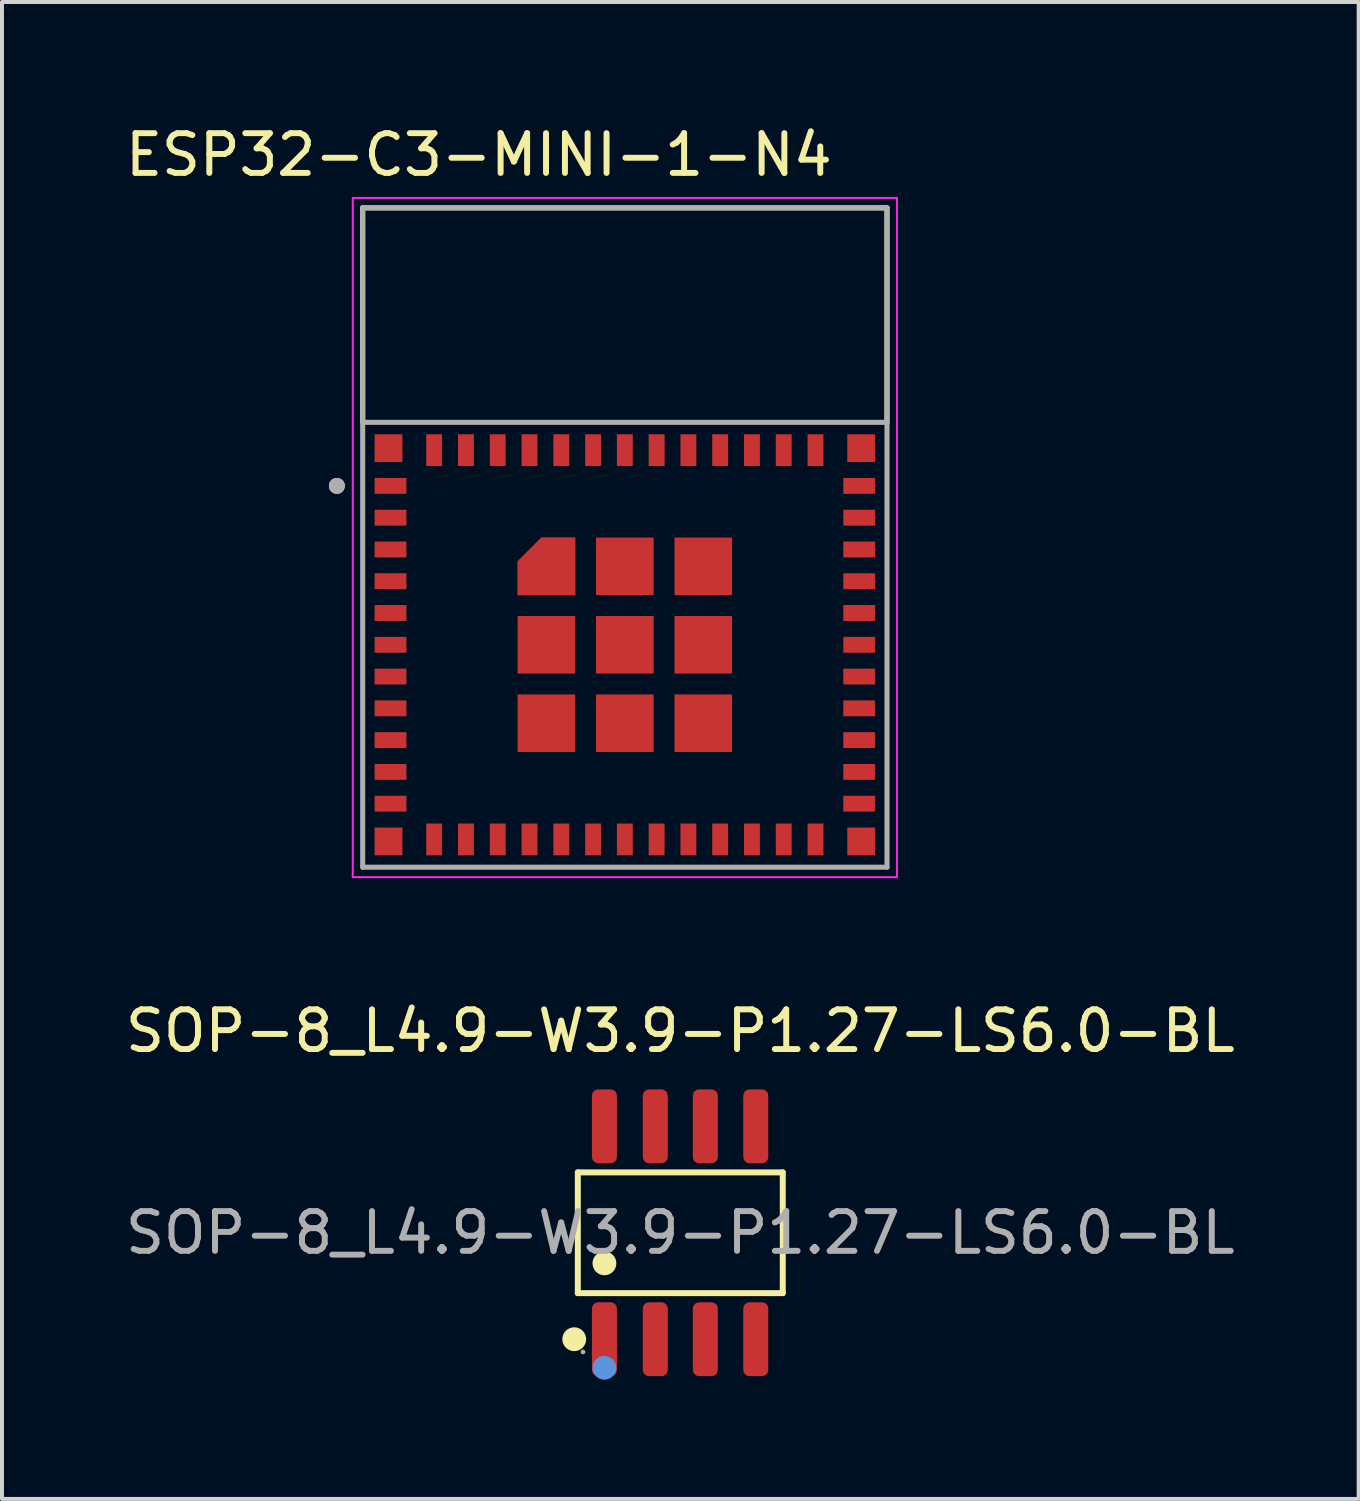
<source format=kicad_pcb>
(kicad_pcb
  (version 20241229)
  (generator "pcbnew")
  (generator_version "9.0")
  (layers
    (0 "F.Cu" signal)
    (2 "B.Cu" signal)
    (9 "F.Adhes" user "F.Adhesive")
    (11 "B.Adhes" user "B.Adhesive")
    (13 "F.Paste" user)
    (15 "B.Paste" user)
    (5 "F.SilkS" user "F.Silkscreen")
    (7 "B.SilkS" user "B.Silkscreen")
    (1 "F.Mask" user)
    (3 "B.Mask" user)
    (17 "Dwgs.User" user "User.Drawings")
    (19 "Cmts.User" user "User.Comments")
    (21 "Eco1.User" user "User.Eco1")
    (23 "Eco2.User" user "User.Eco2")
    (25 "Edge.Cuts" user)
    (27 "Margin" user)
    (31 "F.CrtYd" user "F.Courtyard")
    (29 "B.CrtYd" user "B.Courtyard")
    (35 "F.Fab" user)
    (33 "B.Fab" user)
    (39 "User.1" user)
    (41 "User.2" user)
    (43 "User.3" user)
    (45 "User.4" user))
  (footprint "SOP-8_L4.9-W3.9-P1.27-LS6.0-BL"
    (layer "F.Cu")
    (at 14.077 27.986)
    (property "Reference" "SOP-8_L4.9-W3.9-P1.27-LS6.0-BL" (at 0 -5.08 0) (layer "F.SilkS") (effects (font (size 1 1) (thickness 0.15))))
    (attr smd)
    (fp_line (start -2.58 -1.52) (end 2.58 -1.52) (stroke (width 0.15) (type solid)) (layer "F.SilkS"))
    (fp_line (start -2.58 1.52) (end -2.58 -1.52) (stroke (width 0.15) (type solid)) (layer "F.SilkS"))
    (fp_line (start 2.58 -1.52) (end 2.58 1.52) (stroke (width 0.15) (type solid)) (layer "F.SilkS"))
    (fp_line (start 2.58 1.52) (end -2.58 1.52) (stroke (width 0.15) (type solid)) (layer "F.SilkS"))
    (fp_circle (center -2.67 2.68) (end -2.52 2.68) (stroke (width 0.3) (type solid)) (fill no) (layer "F.SilkS"))
    (fp_circle (center -1.91 0.77) (end -1.76 0.77) (stroke (width 0.3) (type solid)) (fill no) (layer "F.SilkS"))
    (fp_circle (center -1.91 3.4) (end -1.76 3.4) (stroke (width 0.3) (type solid)) (fill no) (layer "Cmts.User"))
    (fp_circle (center -2.45 3) (end -2.42 3) (stroke (width 0.06) (type solid)) (fill no) (layer "F.Fab"))
    (fp_text user "${REFERENCE}" (at 0 0 0) (layer "F.Fab") (effects (font (size 1 1) (thickness 0.15))))
    (pad "1" smd roundrect (at -1.91 2.68) (size 0.63 1.86) (layers "F.Cu" "F.Mask" "F.Paste") (roundrect_rratio 0.25))
    (pad "2" smd roundrect (at -0.63 2.68) (size 0.63 1.86) (layers "F.Cu" "F.Mask" "F.Paste") (roundrect_rratio 0.25))
    (pad "3" smd roundrect (at 0.63 2.68) (size 0.63 1.86) (layers "F.Cu" "F.Mask" "F.Paste") (roundrect_rratio 0.25))
    (pad "4" smd roundrect (at 1.9 2.68) (size 0.63 1.86) (layers "F.Cu" "F.Mask" "F.Paste") (roundrect_rratio 0.25))
    (pad "5" smd roundrect (at 1.9 -2.68) (size 0.63 1.86) (layers "F.Cu" "F.Mask" "F.Paste") (roundrect_rratio 0.25))
    (pad "6" smd roundrect (at 0.63 -2.68) (size 0.63 1.86) (layers "F.Cu" "F.Mask" "F.Paste") (roundrect_rratio 0.25))
    (pad "7" smd roundrect (at -0.63 -2.68) (size 0.63 1.86) (layers "F.Cu" "F.Mask" "F.Paste") (roundrect_rratio 0.25))
    (pad "8" smd roundrect (at -1.91 -2.68) (size 0.63 1.86) (layers "F.Cu" "F.Mask" "F.Paste") (roundrect_rratio 0.25)))
  (footprint "ESP32-C3-MINI-1-N4"
    (layer "F.Cu")
    (at 12.681 10.483)
    (property "Reference" "ESP32-C3-MINI-1-N4" (at -3.675 -9.635 0) (layer "F.SilkS") (effects (font (size 1 1) (thickness 0.15))))
    (attr smd)
    (fp_poly (pts (xy -1.15 1.55) (xy -2.8 1.55) (xy -2.8 0.56) (xy -2.14 -0.1) (xy -1.15 -0.1)) (stroke (width 0.01) (type solid)) (fill yes) (layer "F.Mask"))
    (fp_line (start -6.6 -8.3) (end 6.6 -8.3) (stroke (width 0.127) (type solid)) (layer "F.SilkS"))
    (fp_line (start -6.6 -2.92) (end -6.6 -8.3) (stroke (width 0.127) (type solid)) (layer "F.SilkS"))
    (fp_line (start 6.6 -8.3) (end 6.6 -2.92) (stroke (width 0.127) (type solid)) (layer "F.SilkS"))
    (fp_circle (center -7.25 -1.3) (end -7.15 -1.3) (stroke (width 0.2) (type solid)) (fill no) (layer "F.SilkS"))
    (fp_poly (pts (xy -1.25 1.45) (xy -2.7 1.45) (xy -2.7 0.6) (xy -2.1 0) (xy -1.25 0)) (stroke (width 0.01) (type solid)) (fill yes) (layer "F.Paste"))
    (fp_line (start -6.85 -8.55) (end -6.85 8.55) (stroke (width 0.05) (type solid)) (layer "F.CrtYd"))
    (fp_line (start -6.85 8.55) (end 6.85 8.55) (stroke (width 0.05) (type solid)) (layer "F.CrtYd"))
    (fp_line (start 6.85 -8.55) (end -6.85 -8.55) (stroke (width 0.05) (type solid)) (layer "F.CrtYd"))
    (fp_line (start 6.85 8.55) (end 6.85 -8.55) (stroke (width 0.05) (type solid)) (layer "F.CrtYd"))
    (fp_line (start -6.6 -8.3) (end 6.6 -8.3) (stroke (width 0.127) (type solid)) (layer "F.Fab"))
    (fp_line (start -6.6 -2.9) (end -6.6 -8.3) (stroke (width 0.127) (type solid)) (layer "F.Fab"))
    (fp_line (start -6.6 -2.9) (end 6.6 -2.9) (stroke (width 0.127) (type solid)) (layer "F.Fab"))
    (fp_line (start -6.6 8.3) (end -6.6 -2.9) (stroke (width 0.127) (type solid)) (layer "F.Fab"))
    (fp_line (start 6.6 -8.3) (end 6.6 -2.9) (stroke (width 0.127) (type solid)) (layer "F.Fab"))
    (fp_line (start 6.6 -2.9) (end 6.6 8.3) (stroke (width 0.127) (type solid)) (layer "F.Fab"))
    (fp_line (start 6.6 8.3) (end -6.6 8.3) (stroke (width 0.127) (type solid)) (layer "F.Fab"))
    (fp_circle (center -7.25 -1.3) (end -7.15 -1.3) (stroke (width 0.2) (type solid)) (fill no) (layer "F.Fab"))
    (pad "1" smd rect (at -5.9 -1.3) (size 0.8 0.4) (layers "F.Cu" "F.Mask" "F.Paste"))
    (pad "2" smd rect (at -5.9 -0.5) (size 0.8 0.4) (layers "F.Cu" "F.Mask" "F.Paste"))
    (pad "3" smd rect (at -5.9 0.3) (size 0.8 0.4) (layers "F.Cu" "F.Mask" "F.Paste"))
    (pad "4" smd rect (at -5.9 1.1) (size 0.8 0.4) (layers "F.Cu" "F.Mask" "F.Paste"))
    (pad "5" smd rect (at -5.9 1.9) (size 0.8 0.4) (layers "F.Cu" "F.Mask" "F.Paste"))
    (pad "6" smd rect (at -5.9 2.7) (size 0.8 0.4) (layers "F.Cu" "F.Mask" "F.Paste"))
    (pad "7" smd rect (at -5.9 3.5) (size 0.8 0.4) (layers "F.Cu" "F.Mask" "F.Paste"))
    (pad "8" smd rect (at -5.9 4.3) (size 0.8 0.4) (layers "F.Cu" "F.Mask" "F.Paste"))
    (pad "9" smd rect (at -5.9 5.1) (size 0.8 0.4) (layers "F.Cu" "F.Mask" "F.Paste"))
    (pad "10" smd rect (at -5.9 5.9) (size 0.8 0.4) (layers "F.Cu" "F.Mask" "F.Paste"))
    (pad "11" smd rect (at -5.9 6.7) (size 0.8 0.4) (layers "F.Cu" "F.Mask" "F.Paste"))
    (pad "12" smd rect (at -4.8 7.6) (size 0.4 0.8) (layers "F.Cu" "F.Mask" "F.Paste"))
    (pad "13" smd rect (at -4 7.6) (size 0.4 0.8) (layers "F.Cu" "F.Mask" "F.Paste"))
    (pad "14" smd rect (at -3.2 7.6) (size 0.4 0.8) (layers "F.Cu" "F.Mask" "F.Paste"))
    (pad "15" smd rect (at -2.4 7.6) (size 0.4 0.8) (layers "F.Cu" "F.Mask" "F.Paste"))
    (pad "16" smd rect (at -1.6 7.6) (size 0.4 0.8) (layers "F.Cu" "F.Mask" "F.Paste"))
    (pad "17" smd rect (at -0.8 7.6) (size 0.4 0.8) (layers "F.Cu" "F.Mask" "F.Paste"))
    (pad "18" smd rect (at 0 7.6) (size 0.4 0.8) (layers "F.Cu" "F.Mask" "F.Paste"))
    (pad "19" smd rect (at 0.8 7.6) (size 0.4 0.8) (layers "F.Cu" "F.Mask" "F.Paste"))
    (pad "20" smd rect (at 1.6 7.6) (size 0.4 0.8) (layers "F.Cu" "F.Mask" "F.Paste"))
    (pad "21" smd rect (at 2.4 7.6) (size 0.4 0.8) (layers "F.Cu" "F.Mask" "F.Paste"))
    (pad "22" smd rect (at 3.2 7.6) (size 0.4 0.8) (layers "F.Cu" "F.Mask" "F.Paste"))
    (pad "23" smd rect (at 4 7.6) (size 0.4 0.8) (layers "F.Cu" "F.Mask" "F.Paste"))
    (pad "24" smd rect (at 4.8 7.6) (size 0.4 0.8) (layers "F.Cu" "F.Mask" "F.Paste"))
    (pad "25" smd rect (at 5.9 6.7) (size 0.8 0.4) (layers "F.Cu" "F.Mask" "F.Paste"))
    (pad "26" smd rect (at 5.9 5.9) (size 0.8 0.4) (layers "F.Cu" "F.Mask" "F.Paste"))
    (pad "27" smd rect (at 5.9 5.1) (size 0.8 0.4) (layers "F.Cu" "F.Mask" "F.Paste"))
    (pad "28" smd rect (at 5.9 4.3) (size 0.8 0.4) (layers "F.Cu" "F.Mask" "F.Paste"))
    (pad "29" smd rect (at 5.9 3.5) (size 0.8 0.4) (layers "F.Cu" "F.Mask" "F.Paste"))
    (pad "30" smd rect (at 5.9 2.7) (size 0.8 0.4) (layers "F.Cu" "F.Mask" "F.Paste"))
    (pad "31" smd rect (at 5.9 1.9) (size 0.8 0.4) (layers "F.Cu" "F.Mask" "F.Paste"))
    (pad "32" smd rect (at 5.9 1.1) (size 0.8 0.4) (layers "F.Cu" "F.Mask" "F.Paste"))
    (pad "33" smd rect (at 5.9 0.3) (size 0.8 0.4) (layers "F.Cu" "F.Mask" "F.Paste"))
    (pad "34" smd rect (at 5.9 -0.5) (size 0.8 0.4) (layers "F.Cu" "F.Mask" "F.Paste"))
    (pad "35" smd rect (at 5.9 -1.3) (size 0.8 0.4) (layers "F.Cu" "F.Mask" "F.Paste"))
    (pad "36" smd rect (at 4.8 -2.2) (size 0.4 0.8) (layers "F.Cu" "F.Mask" "F.Paste"))
    (pad "37" smd rect (at 4 -2.2) (size 0.4 0.8) (layers "F.Cu" "F.Mask" "F.Paste"))
    (pad "38" smd rect (at 3.2 -2.2) (size 0.4 0.8) (layers "F.Cu" "F.Mask" "F.Paste"))
    (pad "39" smd rect (at 2.4 -2.2) (size 0.4 0.8) (layers "F.Cu" "F.Mask" "F.Paste"))
    (pad "40" smd rect (at 1.6 -2.2) (size 0.4 0.8) (layers "F.Cu" "F.Mask" "F.Paste"))
    (pad "41" smd rect (at 0.8 -2.2) (size 0.4 0.8) (layers "F.Cu" "F.Mask" "F.Paste"))
    (pad "42" smd rect (at 0 -2.2) (size 0.4 0.8) (layers "F.Cu" "F.Mask" "F.Paste"))
    (pad "43" smd rect (at -0.8 -2.2) (size 0.4 0.8) (layers "F.Cu" "F.Mask" "F.Paste"))
    (pad "44" smd rect (at -1.6 -2.2) (size 0.4 0.8) (layers "F.Cu" "F.Mask" "F.Paste"))
    (pad "45" smd rect (at -2.4 -2.2) (size 0.4 0.8) (layers "F.Cu" "F.Mask" "F.Paste"))
    (pad "46" smd rect (at -3.2 -2.2) (size 0.4 0.8) (layers "F.Cu" "F.Mask" "F.Paste"))
    (pad "47" smd rect (at -4 -2.2) (size 0.4 0.8) (layers "F.Cu" "F.Mask" "F.Paste"))
    (pad "48" smd rect (at -4.8 -2.2) (size 0.4 0.8) (layers "F.Cu" "F.Mask" "F.Paste"))
    (pad "49_1" smd custom (at -1.975 0.725) (size 0.6 0.6) (layers "F.Cu") (options (anchor rect)) (primitives (gr_poly (pts (xy 0.725 0.725) (xy -0.725 0.725) (xy -0.725 -0.125) (xy -0.125 -0.725) (xy 0.725 -0.725)) (width 0.01) (fill yes))))
    (pad "49_2" smd rect (at 0 0.725) (size 1.45 1.45) (layers "F.Cu" "F.Mask" "F.Paste"))
    (pad "49_3" smd rect (at 1.975 0.725) (size 1.45 1.45) (layers "F.Cu" "F.Mask" "F.Paste"))
    (pad "49_4" smd rect (at 1.975 2.7) (size 1.45 1.45) (layers "F.Cu" "F.Mask" "F.Paste"))
    (pad "49_5" smd rect (at 1.975 4.675) (size 1.45 1.45) (layers "F.Cu" "F.Mask" "F.Paste"))
    (pad "49_6" smd rect (at 0 4.675) (size 1.45 1.45) (layers "F.Cu" "F.Mask" "F.Paste"))
    (pad "49_7" smd rect (at -1.975 4.675) (size 1.45 1.45) (layers "F.Cu" "F.Mask" "F.Paste"))
    (pad "49_8" smd rect (at -1.975 2.7) (size 1.45 1.45) (layers "F.Cu" "F.Mask" "F.Paste"))
    (pad "49_9" smd rect (at 0 2.7) (size 1.45 1.45) (layers "F.Cu" "F.Mask" "F.Paste"))
    (pad "50" smd rect (at 5.95 -2.25) (size 0.7 0.7) (layers "F.Cu" "F.Mask" "F.Paste"))
    (pad "51" smd rect (at 5.95 7.65) (size 0.7 0.7) (layers "F.Cu" "F.Mask" "F.Paste"))
    (pad "52" smd rect (at -5.95 7.65) (size 0.7 0.7) (layers "F.Cu" "F.Mask" "F.Paste"))
    (pad "53" smd rect (at -5.95 -2.25) (size 0.7 0.7) (layers "F.Cu" "F.Mask" "F.Paste"))
    (zone (net_name "") (layer "F.Cu") (hatch full 0.508) (connect_pads) (min_thickness 0.01) (filled_areas_thickness no) (keepout (tracks not_allowed) (vias not_allowed) (pads not_allowed) (copperpour not_allowed) (footprints allowed)) (placement (enabled no)) (fill) (polygon (pts (xy 6.081 2.183) (xy 19.281 2.183) (xy 19.281 7.583) (xy 6.081 7.583))))
    (zone (net_name "") (layers "F.Cu" "B.Cu") (hatch full 0.508) (connect_pads) (min_thickness 0.01) (filled_areas_thickness no) (keepout (tracks allowed) (vias not_allowed) (pads allowed) (copperpour allowed) (footprints allowed)) (placement (enabled no)) (fill) (polygon (pts (xy 6.081 2.183) (xy 19.281 2.183) (xy 19.281 7.583) (xy 6.081 7.583))))
    (zone (net_name "") (layer "B.Cu") (hatch full 0.508) (connect_pads) (min_thickness 0.01) (filled_areas_thickness no) (keepout (tracks not_allowed) (vias not_allowed) (pads not_allowed) (copperpour not_allowed) (footprints allowed)) (placement (enabled no)) (fill) (polygon (pts (xy 6.081 2.183) (xy 19.281 2.183) (xy 19.281 7.583) (xy 6.081 7.583)))))
  (gr_rect
    (start -3 -3)
    (end 31.155 34.687)
    (stroke (width 0.1) (type default))
    (fill no)
    (layer "Edge.Cuts")))
</source>
